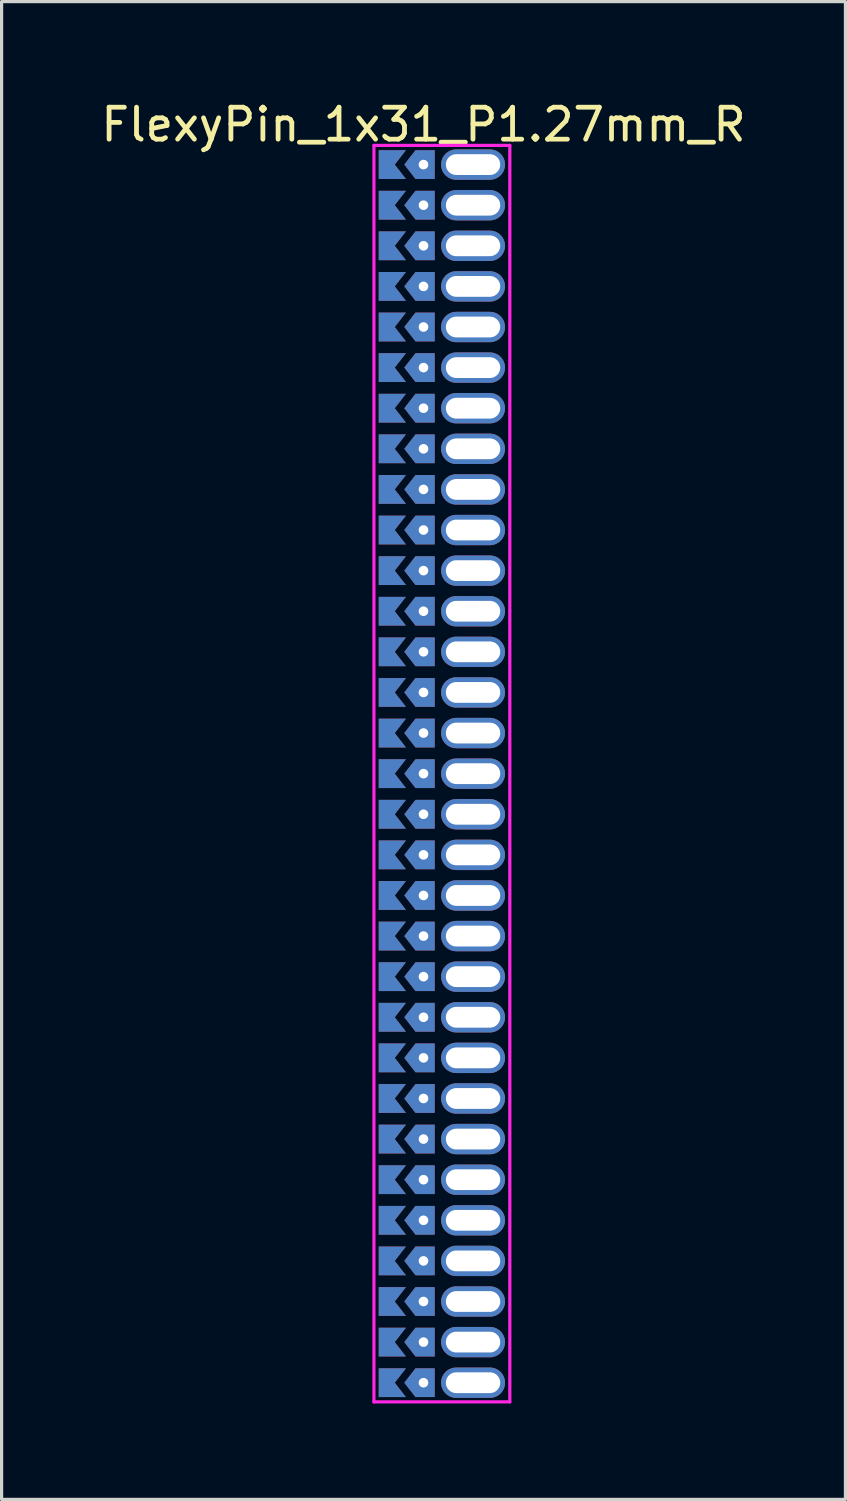
<source format=kicad_pcb>
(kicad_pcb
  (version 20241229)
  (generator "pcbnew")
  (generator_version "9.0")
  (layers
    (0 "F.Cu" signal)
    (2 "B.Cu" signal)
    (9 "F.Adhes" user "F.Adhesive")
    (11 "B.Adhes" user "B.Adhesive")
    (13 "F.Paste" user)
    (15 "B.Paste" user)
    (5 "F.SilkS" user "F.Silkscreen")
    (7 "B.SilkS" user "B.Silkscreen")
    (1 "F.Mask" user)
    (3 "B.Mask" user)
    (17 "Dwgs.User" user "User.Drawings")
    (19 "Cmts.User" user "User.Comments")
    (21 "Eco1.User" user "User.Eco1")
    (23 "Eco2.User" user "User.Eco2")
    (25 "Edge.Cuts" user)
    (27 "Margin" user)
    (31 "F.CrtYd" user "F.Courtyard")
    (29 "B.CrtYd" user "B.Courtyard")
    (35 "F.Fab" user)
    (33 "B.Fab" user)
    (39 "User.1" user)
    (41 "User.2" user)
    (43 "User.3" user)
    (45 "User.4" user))
  (footprint "FlexyPin_1x31_P1.27mm_R"
    (layer "F.Cu")
    (at 10.196 2.098)
    (property "Reference" "FlexyPin_1x31_P1.27mm_R" (at 0 -1.25 0) (layer "F.SilkS") (effects (font (size 1 1) (thickness 0.15))))
    (attr through_hole)
    (fp_line (start -1.55 -0.6) (end 2.7 -0.6) (stroke (width 0.1) (type solid)) (layer "F.CrtYd"))
    (fp_line (start -1.55 38.7) (end -1.55 -0.6) (stroke (width 0.1) (type solid)) (layer "F.CrtYd"))
    (fp_line (start 2.7 -0.6) (end 2.7 38.7) (stroke (width 0.1) (type solid)) (layer "F.CrtYd"))
    (fp_line (start 2.7 38.7) (end -1.55 38.7) (stroke (width 0.1) (type solid)) (layer "F.CrtYd"))
    (pad "" thru_hole custom (at 0 0) (size 0.3 0.3) (drill 0.6) (layers "*.Cu" "*.Mask") (options (anchor rect)) (primitives (gr_poly (pts (xy 0.35 0.45) (xy 0.35 -0.45) (xy -0.25 -0.45) (xy -0.6 0) (xy -0.25 0.45)) (width 0) (fill yes))))
    (pad "" thru_hole custom (at 0 1.27) (size 0.3 0.3) (drill 0.6) (layers "*.Cu" "*.Mask") (options (anchor rect)) (primitives (gr_poly (pts (xy 0.35 0.45) (xy 0.35 -0.45) (xy -0.25 -0.45) (xy -0.6 0) (xy -0.25 0.45)) (width 0) (fill yes))))
    (pad "" thru_hole custom (at 0 2.54) (size 0.3 0.3) (drill 0.6) (layers "*.Cu" "*.Mask") (options (anchor rect)) (primitives (gr_poly (pts (xy 0.35 0.45) (xy 0.35 -0.45) (xy -0.25 -0.45) (xy -0.6 0) (xy -0.25 0.45)) (width 0) (fill yes))))
    (pad "" thru_hole custom (at 0 3.81) (size 0.3 0.3) (drill 0.6) (layers "*.Cu" "*.Mask") (options (anchor rect)) (primitives (gr_poly (pts (xy 0.35 0.45) (xy 0.35 -0.45) (xy -0.25 -0.45) (xy -0.6 0) (xy -0.25 0.45)) (width 0) (fill yes))))
    (pad "" thru_hole custom (at 0 5.08) (size 0.3 0.3) (drill 0.6) (layers "*.Cu" "*.Mask") (options (anchor rect)) (primitives (gr_poly (pts (xy 0.35 0.45) (xy 0.35 -0.45) (xy -0.25 -0.45) (xy -0.6 0) (xy -0.25 0.45)) (width 0) (fill yes))))
    (pad "" thru_hole custom (at 0 6.35) (size 0.3 0.3) (drill 0.6) (layers "*.Cu" "*.Mask") (options (anchor rect)) (primitives (gr_poly (pts (xy 0.35 0.45) (xy 0.35 -0.45) (xy -0.25 -0.45) (xy -0.6 0) (xy -0.25 0.45)) (width 0) (fill yes))))
    (pad "" thru_hole custom (at 0 7.62) (size 0.3 0.3) (drill 0.6) (layers "*.Cu" "*.Mask") (options (anchor rect)) (primitives (gr_poly (pts (xy 0.35 0.45) (xy 0.35 -0.45) (xy -0.25 -0.45) (xy -0.6 0) (xy -0.25 0.45)) (width 0) (fill yes))))
    (pad "" thru_hole custom (at 0 8.89) (size 0.3 0.3) (drill 0.6) (layers "*.Cu" "*.Mask") (options (anchor rect)) (primitives (gr_poly (pts (xy 0.35 0.45) (xy 0.35 -0.45) (xy -0.25 -0.45) (xy -0.6 0) (xy -0.25 0.45)) (width 0) (fill yes))))
    (pad "" thru_hole custom (at 0 10.16) (size 0.3 0.3) (drill 0.6) (layers "*.Cu" "*.Mask") (options (anchor rect)) (primitives (gr_poly (pts (xy 0.35 0.45) (xy 0.35 -0.45) (xy -0.25 -0.45) (xy -0.6 0) (xy -0.25 0.45)) (width 0) (fill yes))))
    (pad "" thru_hole custom (at 0 11.43) (size 0.3 0.3) (drill 0.6) (layers "*.Cu" "*.Mask") (options (anchor rect)) (primitives (gr_poly (pts (xy 0.35 0.45) (xy 0.35 -0.45) (xy -0.25 -0.45) (xy -0.6 0) (xy -0.25 0.45)) (width 0) (fill yes))))
    (pad "" thru_hole custom (at 0 12.7) (size 0.3 0.3) (drill 0.6) (layers "*.Cu" "*.Mask") (options (anchor rect)) (primitives (gr_poly (pts (xy 0.35 0.45) (xy 0.35 -0.45) (xy -0.25 -0.45) (xy -0.6 0) (xy -0.25 0.45)) (width 0) (fill yes))))
    (pad "" thru_hole custom (at 0 13.97) (size 0.3 0.3) (drill 0.6) (layers "*.Cu" "*.Mask") (options (anchor rect)) (primitives (gr_poly (pts (xy 0.35 0.45) (xy 0.35 -0.45) (xy -0.25 -0.45) (xy -0.6 0) (xy -0.25 0.45)) (width 0) (fill yes))))
    (pad "" thru_hole custom (at 0 15.24) (size 0.3 0.3) (drill 0.6) (layers "*.Cu" "*.Mask") (options (anchor rect)) (primitives (gr_poly (pts (xy 0.35 0.45) (xy 0.35 -0.45) (xy -0.25 -0.45) (xy -0.6 0) (xy -0.25 0.45)) (width 0) (fill yes))))
    (pad "" thru_hole custom (at 0 16.51) (size 0.3 0.3) (drill 0.6) (layers "*.Cu" "*.Mask") (options (anchor rect)) (primitives (gr_poly (pts (xy 0.35 0.45) (xy 0.35 -0.45) (xy -0.25 -0.45) (xy -0.6 0) (xy -0.25 0.45)) (width 0) (fill yes))))
    (pad "" thru_hole custom (at 0 17.78) (size 0.3 0.3) (drill 0.6) (layers "*.Cu" "*.Mask") (options (anchor rect)) (primitives (gr_poly (pts (xy 0.35 0.45) (xy 0.35 -0.45) (xy -0.25 -0.45) (xy -0.6 0) (xy -0.25 0.45)) (width 0) (fill yes))))
    (pad "" thru_hole custom (at 0 19.05) (size 0.3 0.3) (drill 0.6) (layers "*.Cu" "*.Mask") (options (anchor rect)) (primitives (gr_poly (pts (xy 0.35 0.45) (xy 0.35 -0.45) (xy -0.25 -0.45) (xy -0.6 0) (xy -0.25 0.45)) (width 0) (fill yes))))
    (pad "" thru_hole custom (at 0 20.32) (size 0.3 0.3) (drill 0.6) (layers "*.Cu" "*.Mask") (options (anchor rect)) (primitives (gr_poly (pts (xy 0.35 0.45) (xy 0.35 -0.45) (xy -0.25 -0.45) (xy -0.6 0) (xy -0.25 0.45)) (width 0) (fill yes))))
    (pad "" thru_hole custom (at 0 21.59) (size 0.3 0.3) (drill 0.6) (layers "*.Cu" "*.Mask") (options (anchor rect)) (primitives (gr_poly (pts (xy 0.35 0.45) (xy 0.35 -0.45) (xy -0.25 -0.45) (xy -0.6 0) (xy -0.25 0.45)) (width 0) (fill yes))))
    (pad "" thru_hole custom (at 0 22.86) (size 0.3 0.3) (drill 0.6) (layers "*.Cu" "*.Mask") (options (anchor rect)) (primitives (gr_poly (pts (xy 0.35 0.45) (xy 0.35 -0.45) (xy -0.25 -0.45) (xy -0.6 0) (xy -0.25 0.45)) (width 0) (fill yes))))
    (pad "" thru_hole custom (at 0 24.13) (size 0.3 0.3) (drill 0.6) (layers "*.Cu" "*.Mask") (options (anchor rect)) (primitives (gr_poly (pts (xy 0.35 0.45) (xy 0.35 -0.45) (xy -0.25 -0.45) (xy -0.6 0) (xy -0.25 0.45)) (width 0) (fill yes))))
    (pad "" thru_hole custom (at 0 25.4) (size 0.3 0.3) (drill 0.6) (layers "*.Cu" "*.Mask") (options (anchor rect)) (primitives (gr_poly (pts (xy 0.35 0.45) (xy 0.35 -0.45) (xy -0.25 -0.45) (xy -0.6 0) (xy -0.25 0.45)) (width 0) (fill yes))))
    (pad "" thru_hole custom (at 0 26.67) (size 0.3 0.3) (drill 0.6) (layers "*.Cu" "*.Mask") (options (anchor rect)) (primitives (gr_poly (pts (xy 0.35 0.45) (xy 0.35 -0.45) (xy -0.25 -0.45) (xy -0.6 0) (xy -0.25 0.45)) (width 0) (fill yes))))
    (pad "" thru_hole custom (at 0 27.94) (size 0.3 0.3) (drill 0.6) (layers "*.Cu" "*.Mask") (options (anchor rect)) (primitives (gr_poly (pts (xy 0.35 0.45) (xy 0.35 -0.45) (xy -0.25 -0.45) (xy -0.6 0) (xy -0.25 0.45)) (width 0) (fill yes))))
    (pad "" thru_hole custom (at 0 29.21) (size 0.3 0.3) (drill 0.6) (layers "*.Cu" "*.Mask") (options (anchor rect)) (primitives (gr_poly (pts (xy 0.35 0.45) (xy 0.35 -0.45) (xy -0.25 -0.45) (xy -0.6 0) (xy -0.25 0.45)) (width 0) (fill yes))))
    (pad "" thru_hole custom (at 0 30.48) (size 0.3 0.3) (drill 0.6) (layers "*.Cu" "*.Mask") (options (anchor rect)) (primitives (gr_poly (pts (xy 0.35 0.45) (xy 0.35 -0.45) (xy -0.25 -0.45) (xy -0.6 0) (xy -0.25 0.45)) (width 0) (fill yes))))
    (pad "" thru_hole custom (at 0 31.75) (size 0.3 0.3) (drill 0.6) (layers "*.Cu" "*.Mask") (options (anchor rect)) (primitives (gr_poly (pts (xy 0.35 0.45) (xy 0.35 -0.45) (xy -0.25 -0.45) (xy -0.6 0) (xy -0.25 0.45)) (width 0) (fill yes))))
    (pad "" thru_hole custom (at 0 33.02) (size 0.3 0.3) (drill 0.6) (layers "*.Cu" "*.Mask") (options (anchor rect)) (primitives (gr_poly (pts (xy 0.35 0.45) (xy 0.35 -0.45) (xy -0.25 -0.45) (xy -0.6 0) (xy -0.25 0.45)) (width 0) (fill yes))))
    (pad "" thru_hole custom (at 0 34.29) (size 0.3 0.3) (drill 0.6) (layers "*.Cu" "*.Mask") (options (anchor rect)) (primitives (gr_poly (pts (xy 0.35 0.45) (xy 0.35 -0.45) (xy -0.25 -0.45) (xy -0.6 0) (xy -0.25 0.45)) (width 0) (fill yes))))
    (pad "" thru_hole custom (at 0 35.56) (size 0.3 0.3) (drill 0.6) (layers "*.Cu" "*.Mask") (options (anchor rect)) (primitives (gr_poly (pts (xy 0.35 0.45) (xy 0.35 -0.45) (xy -0.25 -0.45) (xy -0.6 0) (xy -0.25 0.45)) (width 0) (fill yes))))
    (pad "" thru_hole custom (at 0 36.83) (size 0.3 0.3) (drill 0.6) (layers "*.Cu" "*.Mask") (options (anchor rect)) (primitives (gr_poly (pts (xy 0.35 0.45) (xy 0.35 -0.45) (xy -0.25 -0.45) (xy -0.6 0) (xy -0.25 0.45)) (width 0) (fill yes))))
    (pad "" thru_hole custom (at 0 38.1) (size 0.3 0.3) (drill 0.6) (layers "*.Cu" "*.Mask") (options (anchor rect)) (primitives (gr_poly (pts (xy 0.35 0.45) (xy 0.35 -0.45) (xy -0.25 -0.45) (xy -0.6 0) (xy -0.25 0.45)) (width 0) (fill yes))))
    (pad "" thru_hole oval (at 1.55 0) (size 2 0.95) (drill oval 1.7 0.65) (layers "*.Cu" "*.Mask"))
    (pad "" thru_hole oval (at 1.55 1.27) (size 2 0.95) (drill oval 1.7 0.65) (layers "*.Cu" "*.Mask"))
    (pad "" thru_hole oval (at 1.55 2.54) (size 2 0.95) (drill oval 1.7 0.65) (layers "*.Cu" "*.Mask"))
    (pad "" thru_hole oval (at 1.55 3.81) (size 2 0.95) (drill oval 1.7 0.65) (layers "*.Cu" "*.Mask"))
    (pad "" thru_hole oval (at 1.55 5.08) (size 2 0.95) (drill oval 1.7 0.65) (layers "*.Cu" "*.Mask"))
    (pad "" thru_hole oval (at 1.55 6.35) (size 2 0.95) (drill oval 1.7 0.65) (layers "*.Cu" "*.Mask"))
    (pad "" thru_hole oval (at 1.55 7.62) (size 2 0.95) (drill oval 1.7 0.65) (layers "*.Cu" "*.Mask"))
    (pad "" thru_hole oval (at 1.55 8.89) (size 2 0.95) (drill oval 1.7 0.65) (layers "*.Cu" "*.Mask"))
    (pad "" thru_hole oval (at 1.55 10.16) (size 2 0.95) (drill oval 1.7 0.65) (layers "*.Cu" "*.Mask"))
    (pad "" thru_hole oval (at 1.55 11.43) (size 2 0.95) (drill oval 1.7 0.65) (layers "*.Cu" "*.Mask"))
    (pad "" thru_hole oval (at 1.55 12.7) (size 2 0.95) (drill oval 1.7 0.65) (layers "*.Cu" "*.Mask"))
    (pad "" thru_hole oval (at 1.55 13.97) (size 2 0.95) (drill oval 1.7 0.65) (layers "*.Cu" "*.Mask"))
    (pad "" thru_hole oval (at 1.55 15.24) (size 2 0.95) (drill oval 1.7 0.65) (layers "*.Cu" "*.Mask"))
    (pad "" thru_hole oval (at 1.55 16.51) (size 2 0.95) (drill oval 1.7 0.65) (layers "*.Cu" "*.Mask"))
    (pad "" thru_hole oval (at 1.55 17.78) (size 2 0.95) (drill oval 1.7 0.65) (layers "*.Cu" "*.Mask"))
    (pad "" thru_hole oval (at 1.55 19.05) (size 2 0.95) (drill oval 1.7 0.65) (layers "*.Cu" "*.Mask"))
    (pad "" thru_hole oval (at 1.55 20.32) (size 2 0.95) (drill oval 1.7 0.65) (layers "*.Cu" "*.Mask"))
    (pad "" thru_hole oval (at 1.55 21.59) (size 2 0.95) (drill oval 1.7 0.65) (layers "*.Cu" "*.Mask"))
    (pad "" thru_hole oval (at 1.55 22.86) (size 2 0.95) (drill oval 1.7 0.65) (layers "*.Cu" "*.Mask"))
    (pad "" thru_hole oval (at 1.55 24.13) (size 2 0.95) (drill oval 1.7 0.65) (layers "*.Cu" "*.Mask"))
    (pad "" thru_hole oval (at 1.55 25.4) (size 2 0.95) (drill oval 1.7 0.65) (layers "*.Cu" "*.Mask"))
    (pad "" thru_hole oval (at 1.55 26.67) (size 2 0.95) (drill oval 1.7 0.65) (layers "*.Cu" "*.Mask"))
    (pad "" thru_hole oval (at 1.55 27.94) (size 2 0.95) (drill oval 1.7 0.65) (layers "*.Cu" "*.Mask"))
    (pad "" thru_hole oval (at 1.55 29.21) (size 2 0.95) (drill oval 1.7 0.65) (layers "*.Cu" "*.Mask"))
    (pad "" thru_hole oval (at 1.55 30.48) (size 2 0.95) (drill oval 1.7 0.65) (layers "*.Cu" "*.Mask"))
    (pad "" thru_hole oval (at 1.55 31.75) (size 2 0.95) (drill oval 1.7 0.65) (layers "*.Cu" "*.Mask"))
    (pad "" thru_hole oval (at 1.55 33.02) (size 2 0.95) (drill oval 1.7 0.65) (layers "*.Cu" "*.Mask"))
    (pad "" thru_hole oval (at 1.55 34.29) (size 2 0.95) (drill oval 1.7 0.65) (layers "*.Cu" "*.Mask"))
    (pad "" thru_hole oval (at 1.55 35.56) (size 2 0.95) (drill oval 1.7 0.65) (layers "*.Cu" "*.Mask"))
    (pad "" thru_hole oval (at 1.55 36.83) (size 2 0.95) (drill oval 1.7 0.65) (layers "*.Cu" "*.Mask"))
    (pad "" thru_hole oval (at 1.55 38.1) (size 2 0.95) (drill oval 1.7 0.65) (layers "*.Cu" "*.Mask"))
    (pad "1" smd custom (at -0.9 0) (size 0.01 0.01) (layers "F.Cu" "F.Mask") (options (anchor rect)) (primitives (gr_poly (pts (xy 0 0) (xy 0.35 0.45) (xy -0.5 0.45) (xy -0.5 -0.45) (xy 0.35 -0.45)) (width 0) (fill yes))))
    (pad "2" smd custom (at -0.9 1.27) (size 0.01 0.01) (layers "F.Cu" "F.Mask") (options (anchor rect)) (primitives (gr_poly (pts (xy 0 0) (xy 0.35 0.45) (xy -0.5 0.45) (xy -0.5 -0.45) (xy 0.35 -0.45)) (width 0) (fill yes))))
    (pad "3" smd custom (at -0.9 2.54) (size 0.01 0.01) (layers "F.Cu" "F.Mask") (options (anchor rect)) (primitives (gr_poly (pts (xy 0 0) (xy 0.35 0.45) (xy -0.5 0.45) (xy -0.5 -0.45) (xy 0.35 -0.45)) (width 0) (fill yes))))
    (pad "4" smd custom (at -0.9 3.81) (size 0.01 0.01) (layers "F.Cu" "F.Mask") (options (anchor rect)) (primitives (gr_poly (pts (xy 0 0) (xy 0.35 0.45) (xy -0.5 0.45) (xy -0.5 -0.45) (xy 0.35 -0.45)) (width 0) (fill yes))))
    (pad "5" smd custom (at -0.9 5.08) (size 0.01 0.01) (layers "F.Cu" "F.Mask") (options (anchor rect)) (primitives (gr_poly (pts (xy 0 0) (xy 0.35 0.45) (xy -0.5 0.45) (xy -0.5 -0.45) (xy 0.35 -0.45)) (width 0) (fill yes))))
    (pad "6" smd custom (at -0.9 6.35) (size 0.01 0.01) (layers "F.Cu" "F.Mask") (options (anchor rect)) (primitives (gr_poly (pts (xy 0 0) (xy 0.35 0.45) (xy -0.5 0.45) (xy -0.5 -0.45) (xy 0.35 -0.45)) (width 0) (fill yes))))
    (pad "7" smd custom (at -0.9 7.62) (size 0.01 0.01) (layers "F.Cu" "F.Mask") (options (anchor rect)) (primitives (gr_poly (pts (xy 0 0) (xy 0.35 0.45) (xy -0.5 0.45) (xy -0.5 -0.45) (xy 0.35 -0.45)) (width 0) (fill yes))))
    (pad "8" smd custom (at -0.9 8.89) (size 0.01 0.01) (layers "F.Cu" "F.Mask") (options (anchor rect)) (primitives (gr_poly (pts (xy 0 0) (xy 0.35 0.45) (xy -0.5 0.45) (xy -0.5 -0.45) (xy 0.35 -0.45)) (width 0) (fill yes))))
    (pad "9" smd custom (at -0.9 10.16) (size 0.01 0.01) (layers "F.Cu" "F.Mask") (options (anchor rect)) (primitives (gr_poly (pts (xy 0 0) (xy 0.35 0.45) (xy -0.5 0.45) (xy -0.5 -0.45) (xy 0.35 -0.45)) (width 0) (fill yes))))
    (pad "10" smd custom (at -0.9 11.43) (size 0.01 0.01) (layers "F.Cu" "F.Mask") (options (anchor rect)) (primitives (gr_poly (pts (xy 0 0) (xy 0.35 0.45) (xy -0.5 0.45) (xy -0.5 -0.45) (xy 0.35 -0.45)) (width 0) (fill yes))))
    (pad "11" smd custom (at -0.9 12.7) (size 0.01 0.01) (layers "F.Cu" "F.Mask") (options (anchor rect)) (primitives (gr_poly (pts (xy 0 0) (xy 0.35 0.45) (xy -0.5 0.45) (xy -0.5 -0.45) (xy 0.35 -0.45)) (width 0) (fill yes))))
    (pad "12" smd custom (at -0.9 13.97) (size 0.01 0.01) (layers "F.Cu" "F.Mask") (options (anchor rect)) (primitives (gr_poly (pts (xy 0 0) (xy 0.35 0.45) (xy -0.5 0.45) (xy -0.5 -0.45) (xy 0.35 -0.45)) (width 0) (fill yes))))
    (pad "13" smd custom (at -0.9 15.24) (size 0.01 0.01) (layers "F.Cu" "F.Mask") (options (anchor rect)) (primitives (gr_poly (pts (xy 0 0) (xy 0.35 0.45) (xy -0.5 0.45) (xy -0.5 -0.45) (xy 0.35 -0.45)) (width 0) (fill yes))))
    (pad "14" smd custom (at -0.9 16.51) (size 0.01 0.01) (layers "F.Cu" "F.Mask") (options (anchor rect)) (primitives (gr_poly (pts (xy 0 0) (xy 0.35 0.45) (xy -0.5 0.45) (xy -0.5 -0.45) (xy 0.35 -0.45)) (width 0) (fill yes))))
    (pad "15" smd custom (at -0.9 17.78) (size 0.01 0.01) (layers "F.Cu" "F.Mask") (options (anchor rect)) (primitives (gr_poly (pts (xy 0 0) (xy 0.35 0.45) (xy -0.5 0.45) (xy -0.5 -0.45) (xy 0.35 -0.45)) (width 0) (fill yes))))
    (pad "16" smd custom (at -0.9 19.05) (size 0.01 0.01) (layers "F.Cu" "F.Mask") (options (anchor rect)) (primitives (gr_poly (pts (xy 0 0) (xy 0.35 0.45) (xy -0.5 0.45) (xy -0.5 -0.45) (xy 0.35 -0.45)) (width 0) (fill yes))))
    (pad "17" smd custom (at -0.9 20.32) (size 0.01 0.01) (layers "F.Cu" "F.Mask") (options (anchor rect)) (primitives (gr_poly (pts (xy 0 0) (xy 0.35 0.45) (xy -0.5 0.45) (xy -0.5 -0.45) (xy 0.35 -0.45)) (width 0) (fill yes))))
    (pad "18" smd custom (at -0.9 21.59) (size 0.01 0.01) (layers "F.Cu" "F.Mask") (options (anchor rect)) (primitives (gr_poly (pts (xy 0 0) (xy 0.35 0.45) (xy -0.5 0.45) (xy -0.5 -0.45) (xy 0.35 -0.45)) (width 0) (fill yes))))
    (pad "19" smd custom (at -0.9 22.86) (size 0.01 0.01) (layers "F.Cu" "F.Mask") (options (anchor rect)) (primitives (gr_poly (pts (xy 0 0) (xy 0.35 0.45) (xy -0.5 0.45) (xy -0.5 -0.45) (xy 0.35 -0.45)) (width 0) (fill yes))))
    (pad "20" smd custom (at -0.9 24.13) (size 0.01 0.01) (layers "F.Cu" "F.Mask") (options (anchor rect)) (primitives (gr_poly (pts (xy 0 0) (xy 0.35 0.45) (xy -0.5 0.45) (xy -0.5 -0.45) (xy 0.35 -0.45)) (width 0) (fill yes))))
    (pad "21" smd custom (at -0.9 25.4) (size 0.01 0.01) (layers "F.Cu" "F.Mask") (options (anchor rect)) (primitives (gr_poly (pts (xy 0 0) (xy 0.35 0.45) (xy -0.5 0.45) (xy -0.5 -0.45) (xy 0.35 -0.45)) (width 0) (fill yes))))
    (pad "22" smd custom (at -0.9 26.67) (size 0.01 0.01) (layers "F.Cu" "F.Mask") (options (anchor rect)) (primitives (gr_poly (pts (xy 0 0) (xy 0.35 0.45) (xy -0.5 0.45) (xy -0.5 -0.45) (xy 0.35 -0.45)) (width 0) (fill yes))))
    (pad "23" smd custom (at -0.9 27.94) (size 0.01 0.01) (layers "F.Cu" "F.Mask") (options (anchor rect)) (primitives (gr_poly (pts (xy 0 0) (xy 0.35 0.45) (xy -0.5 0.45) (xy -0.5 -0.45) (xy 0.35 -0.45)) (width 0) (fill yes))))
    (pad "24" smd custom (at -0.9 29.21) (size 0.01 0.01) (layers "F.Cu" "F.Mask") (options (anchor rect)) (primitives (gr_poly (pts (xy 0 0) (xy 0.35 0.45) (xy -0.5 0.45) (xy -0.5 -0.45) (xy 0.35 -0.45)) (width 0) (fill yes))))
    (pad "25" smd custom (at -0.9 30.48) (size 0.01 0.01) (layers "F.Cu" "F.Mask") (options (anchor rect)) (primitives (gr_poly (pts (xy 0 0) (xy 0.35 0.45) (xy -0.5 0.45) (xy -0.5 -0.45) (xy 0.35 -0.45)) (width 0) (fill yes))))
    (pad "26" smd custom (at -0.9 31.75) (size 0.01 0.01) (layers "F.Cu" "F.Mask") (options (anchor rect)) (primitives (gr_poly (pts (xy 0 0) (xy 0.35 0.45) (xy -0.5 0.45) (xy -0.5 -0.45) (xy 0.35 -0.45)) (width 0) (fill yes))))
    (pad "27" smd custom (at -0.9 33.02) (size 0.01 0.01) (layers "F.Cu" "F.Mask") (options (anchor rect)) (primitives (gr_poly (pts (xy 0 0) (xy 0.35 0.45) (xy -0.5 0.45) (xy -0.5 -0.45) (xy 0.35 -0.45)) (width 0) (fill yes))))
    (pad "28" smd custom (at -0.9 34.29) (size 0.01 0.01) (layers "F.Cu" "F.Mask") (options (anchor rect)) (primitives (gr_poly (pts (xy 0 0) (xy 0.35 0.45) (xy -0.5 0.45) (xy -0.5 -0.45) (xy 0.35 -0.45)) (width 0) (fill yes))))
    (pad "29" smd custom (at -0.9 35.56) (size 0.01 0.01) (layers "F.Cu" "F.Mask") (options (anchor rect)) (primitives (gr_poly (pts (xy 0 0) (xy 0.35 0.45) (xy -0.5 0.45) (xy -0.5 -0.45) (xy 0.35 -0.45)) (width 0) (fill yes))))
    (pad "30" smd custom (at -0.9 36.83) (size 0.01 0.01) (layers "F.Cu" "F.Mask") (options (anchor rect)) (primitives (gr_poly (pts (xy 0 0) (xy 0.35 0.45) (xy -0.5 0.45) (xy -0.5 -0.45) (xy 0.35 -0.45)) (width 0) (fill yes))))
    (pad "31" smd custom (at -0.9 38.1) (size 0.01 0.01) (layers "F.Cu" "F.Mask") (options (anchor rect)) (primitives (gr_poly (pts (xy 0 0) (xy 0.35 0.45) (xy -0.5 0.45) (xy -0.5 -0.45) (xy 0.35 -0.45)) (width 0) (fill yes))))
    (pad "32" smd custom (at -0.9 0) (size 0.01 0.01) (layers "B.Cu" "B.Mask") (options (anchor rect)) (primitives (gr_poly (pts (xy 0 0) (xy 0.35 0.45) (xy -0.5 0.45) (xy -0.5 -0.45) (xy 0.35 -0.45)) (width 0) (fill yes))))
    (pad "33" smd custom (at -0.9 1.27) (size 0.01 0.01) (layers "B.Cu" "B.Mask") (options (anchor rect)) (primitives (gr_poly (pts (xy 0 0) (xy 0.35 0.45) (xy -0.5 0.45) (xy -0.5 -0.45) (xy 0.35 -0.45)) (width 0) (fill yes))))
    (pad "34" smd custom (at -0.9 2.54) (size 0.01 0.01) (layers "B.Cu" "B.Mask") (options (anchor rect)) (primitives (gr_poly (pts (xy 0 0) (xy 0.35 0.45) (xy -0.5 0.45) (xy -0.5 -0.45) (xy 0.35 -0.45)) (width 0) (fill yes))))
    (pad "35" smd custom (at -0.9 3.81) (size 0.01 0.01) (layers "B.Cu" "B.Mask") (options (anchor rect)) (primitives (gr_poly (pts (xy 0 0) (xy 0.35 0.45) (xy -0.5 0.45) (xy -0.5 -0.45) (xy 0.35 -0.45)) (width 0) (fill yes))))
    (pad "36" smd custom (at -0.9 5.08) (size 0.01 0.01) (layers "B.Cu" "B.Mask") (options (anchor rect)) (primitives (gr_poly (pts (xy 0 0) (xy 0.35 0.45) (xy -0.5 0.45) (xy -0.5 -0.45) (xy 0.35 -0.45)) (width 0) (fill yes))))
    (pad "37" smd custom (at -0.9 6.35) (size 0.01 0.01) (layers "B.Cu" "B.Mask") (options (anchor rect)) (primitives (gr_poly (pts (xy 0 0) (xy 0.35 0.45) (xy -0.5 0.45) (xy -0.5 -0.45) (xy 0.35 -0.45)) (width 0) (fill yes))))
    (pad "38" smd custom (at -0.9 7.62) (size 0.01 0.01) (layers "B.Cu" "B.Mask") (options (anchor rect)) (primitives (gr_poly (pts (xy 0 0) (xy 0.35 0.45) (xy -0.5 0.45) (xy -0.5 -0.45) (xy 0.35 -0.45)) (width 0) (fill yes))))
    (pad "39" smd custom (at -0.9 8.89) (size 0.01 0.01) (layers "B.Cu" "B.Mask") (options (anchor rect)) (primitives (gr_poly (pts (xy 0 0) (xy 0.35 0.45) (xy -0.5 0.45) (xy -0.5 -0.45) (xy 0.35 -0.45)) (width 0) (fill yes))))
    (pad "40" smd custom (at -0.9 10.16) (size 0.01 0.01) (layers "B.Cu" "B.Mask") (options (anchor rect)) (primitives (gr_poly (pts (xy 0 0) (xy 0.35 0.45) (xy -0.5 0.45) (xy -0.5 -0.45) (xy 0.35 -0.45)) (width 0) (fill yes))))
    (pad "41" smd custom (at -0.9 11.43) (size 0.01 0.01) (layers "B.Cu" "B.Mask") (options (anchor rect)) (primitives (gr_poly (pts (xy 0 0) (xy 0.35 0.45) (xy -0.5 0.45) (xy -0.5 -0.45) (xy 0.35 -0.45)) (width 0) (fill yes))))
    (pad "42" smd custom (at -0.9 12.7) (size 0.01 0.01) (layers "B.Cu" "B.Mask") (options (anchor rect)) (primitives (gr_poly (pts (xy 0 0) (xy 0.35 0.45) (xy -0.5 0.45) (xy -0.5 -0.45) (xy 0.35 -0.45)) (width 0) (fill yes))))
    (pad "43" smd custom (at -0.9 13.97) (size 0.01 0.01) (layers "B.Cu" "B.Mask") (options (anchor rect)) (primitives (gr_poly (pts (xy 0 0) (xy 0.35 0.45) (xy -0.5 0.45) (xy -0.5 -0.45) (xy 0.35 -0.45)) (width 0) (fill yes))))
    (pad "44" smd custom (at -0.9 15.24) (size 0.01 0.01) (layers "B.Cu" "B.Mask") (options (anchor rect)) (primitives (gr_poly (pts (xy 0 0) (xy 0.35 0.45) (xy -0.5 0.45) (xy -0.5 -0.45) (xy 0.35 -0.45)) (width 0) (fill yes))))
    (pad "45" smd custom (at -0.9 16.51) (size 0.01 0.01) (layers "B.Cu" "B.Mask") (options (anchor rect)) (primitives (gr_poly (pts (xy 0 0) (xy 0.35 0.45) (xy -0.5 0.45) (xy -0.5 -0.45) (xy 0.35 -0.45)) (width 0) (fill yes))))
    (pad "46" smd custom (at -0.9 17.78) (size 0.01 0.01) (layers "B.Cu" "B.Mask") (options (anchor rect)) (primitives (gr_poly (pts (xy 0 0) (xy 0.35 0.45) (xy -0.5 0.45) (xy -0.5 -0.45) (xy 0.35 -0.45)) (width 0) (fill yes))))
    (pad "47" smd custom (at -0.9 19.05) (size 0.01 0.01) (layers "B.Cu" "B.Mask") (options (anchor rect)) (primitives (gr_poly (pts (xy 0 0) (xy 0.35 0.45) (xy -0.5 0.45) (xy -0.5 -0.45) (xy 0.35 -0.45)) (width 0) (fill yes))))
    (pad "48" smd custom (at -0.9 20.32) (size 0.01 0.01) (layers "B.Cu" "B.Mask") (options (anchor rect)) (primitives (gr_poly (pts (xy 0 0) (xy 0.35 0.45) (xy -0.5 0.45) (xy -0.5 -0.45) (xy 0.35 -0.45)) (width 0) (fill yes))))
    (pad "49" smd custom (at -0.9 21.59) (size 0.01 0.01) (layers "B.Cu" "B.Mask") (options (anchor rect)) (primitives (gr_poly (pts (xy 0 0) (xy 0.35 0.45) (xy -0.5 0.45) (xy -0.5 -0.45) (xy 0.35 -0.45)) (width 0) (fill yes))))
    (pad "50" smd custom (at -0.9 22.86) (size 0.01 0.01) (layers "B.Cu" "B.Mask") (options (anchor rect)) (primitives (gr_poly (pts (xy 0 0) (xy 0.35 0.45) (xy -0.5 0.45) (xy -0.5 -0.45) (xy 0.35 -0.45)) (width 0) (fill yes))))
    (pad "51" smd custom (at -0.9 24.13) (size 0.01 0.01) (layers "B.Cu" "B.Mask") (options (anchor rect)) (primitives (gr_poly (pts (xy 0 0) (xy 0.35 0.45) (xy -0.5 0.45) (xy -0.5 -0.45) (xy 0.35 -0.45)) (width 0) (fill yes))))
    (pad "52" smd custom (at -0.9 25.4) (size 0.01 0.01) (layers "B.Cu" "B.Mask") (options (anchor rect)) (primitives (gr_poly (pts (xy 0 0) (xy 0.35 0.45) (xy -0.5 0.45) (xy -0.5 -0.45) (xy 0.35 -0.45)) (width 0) (fill yes))))
    (pad "53" smd custom (at -0.9 26.67) (size 0.01 0.01) (layers "B.Cu" "B.Mask") (options (anchor rect)) (primitives (gr_poly (pts (xy 0 0) (xy 0.35 0.45) (xy -0.5 0.45) (xy -0.5 -0.45) (xy 0.35 -0.45)) (width 0) (fill yes))))
    (pad "54" smd custom (at -0.9 27.94) (size 0.01 0.01) (layers "B.Cu" "B.Mask") (options (anchor rect)) (primitives (gr_poly (pts (xy 0 0) (xy 0.35 0.45) (xy -0.5 0.45) (xy -0.5 -0.45) (xy 0.35 -0.45)) (width 0) (fill yes))))
    (pad "55" smd custom (at -0.9 29.21) (size 0.01 0.01) (layers "B.Cu" "B.Mask") (options (anchor rect)) (primitives (gr_poly (pts (xy 0 0) (xy 0.35 0.45) (xy -0.5 0.45) (xy -0.5 -0.45) (xy 0.35 -0.45)) (width 0) (fill yes))))
    (pad "56" smd custom (at -0.9 30.48) (size 0.01 0.01) (layers "B.Cu" "B.Mask") (options (anchor rect)) (primitives (gr_poly (pts (xy 0 0) (xy 0.35 0.45) (xy -0.5 0.45) (xy -0.5 -0.45) (xy 0.35 -0.45)) (width 0) (fill yes))))
    (pad "57" smd custom (at -0.9 31.75) (size 0.01 0.01) (layers "B.Cu" "B.Mask") (options (anchor rect)) (primitives (gr_poly (pts (xy 0 0) (xy 0.35 0.45) (xy -0.5 0.45) (xy -0.5 -0.45) (xy 0.35 -0.45)) (width 0) (fill yes))))
    (pad "58" smd custom (at -0.9 33.02) (size 0.01 0.01) (layers "B.Cu" "B.Mask") (options (anchor rect)) (primitives (gr_poly (pts (xy 0 0) (xy 0.35 0.45) (xy -0.5 0.45) (xy -0.5 -0.45) (xy 0.35 -0.45)) (width 0) (fill yes))))
    (pad "59" smd custom (at -0.9 34.29) (size 0.01 0.01) (layers "B.Cu" "B.Mask") (options (anchor rect)) (primitives (gr_poly (pts (xy 0 0) (xy 0.35 0.45) (xy -0.5 0.45) (xy -0.5 -0.45) (xy 0.35 -0.45)) (width 0) (fill yes))))
    (pad "60" smd custom (at -0.9 35.56) (size 0.01 0.01) (layers "B.Cu" "B.Mask") (options (anchor rect)) (primitives (gr_poly (pts (xy 0 0) (xy 0.35 0.45) (xy -0.5 0.45) (xy -0.5 -0.45) (xy 0.35 -0.45)) (width 0) (fill yes))))
    (pad "61" smd custom (at -0.9 36.83) (size 0.01 0.01) (layers "B.Cu" "B.Mask") (options (anchor rect)) (primitives (gr_poly (pts (xy 0 0) (xy 0.35 0.45) (xy -0.5 0.45) (xy -0.5 -0.45) (xy 0.35 -0.45)) (width 0) (fill yes))))
    (pad "62" smd custom (at -0.9 38.1) (size 0.01 0.01) (layers "B.Cu" "B.Mask") (options (anchor rect)) (primitives (gr_poly (pts (xy 0 0) (xy 0.35 0.45) (xy -0.5 0.45) (xy -0.5 -0.45) (xy 0.35 -0.45)) (width 0) (fill yes)))))
  (gr_rect
    (start -3 -3)
    (end 23.393 43.848)
    (stroke (width 0.1) (type default))
    (fill no)
    (layer "Edge.Cuts")))
</source>
